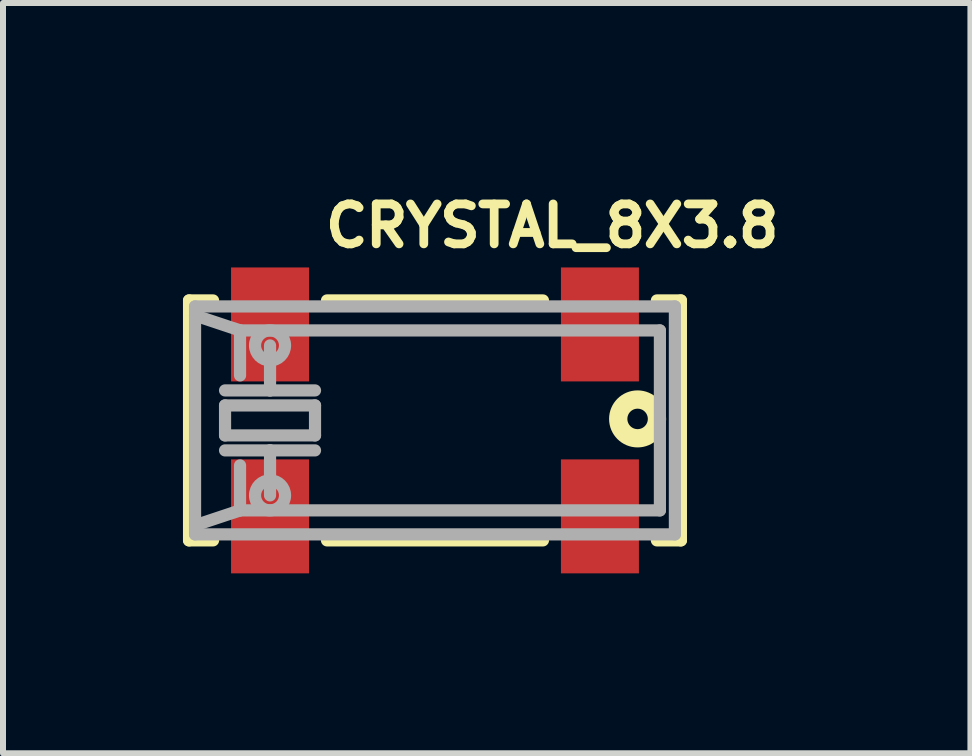
<source format=kicad_pcb>
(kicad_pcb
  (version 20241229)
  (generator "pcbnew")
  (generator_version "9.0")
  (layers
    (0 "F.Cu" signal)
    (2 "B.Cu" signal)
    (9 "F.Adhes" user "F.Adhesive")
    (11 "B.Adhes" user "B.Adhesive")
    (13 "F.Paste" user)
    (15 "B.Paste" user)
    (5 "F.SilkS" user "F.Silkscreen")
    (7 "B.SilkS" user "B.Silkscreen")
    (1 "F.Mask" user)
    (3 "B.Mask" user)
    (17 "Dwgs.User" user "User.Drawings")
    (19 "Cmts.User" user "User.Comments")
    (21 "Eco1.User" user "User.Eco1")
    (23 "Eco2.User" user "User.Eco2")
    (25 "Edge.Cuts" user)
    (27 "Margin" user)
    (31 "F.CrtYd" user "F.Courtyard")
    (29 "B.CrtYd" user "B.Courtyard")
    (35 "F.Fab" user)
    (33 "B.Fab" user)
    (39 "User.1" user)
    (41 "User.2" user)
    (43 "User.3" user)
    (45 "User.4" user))
  (footprint "CRYSTAL_8X3.8"
    (layer "F.Cu")
    (at 4.202 3.959)
    (property "Reference" "CRYSTAL_8X3.8" (at -1.9 -2.854 0) (unlocked yes) (layer "F.SilkS") (effects (font (size 0.666 0.666) (thickness 0.146)) (justify left bottom)))
    (fp_line (start -4.1 -2) (end -4.1 2) (stroke (width 0.203) (type solid)) (layer "F.SilkS"))
    (fp_line (start -4.1 2) (end -3.7 2) (stroke (width 0.203) (type solid)) (layer "F.SilkS"))
    (fp_line (start -3.7 -2) (end -4.1 -2) (stroke (width 0.203) (type solid)) (layer "F.SilkS"))
    (fp_line (start -1.8 -2) (end 1.8 -2) (stroke (width 0.203) (type solid)) (layer "F.SilkS"))
    (fp_line (start -1.8 2) (end 1.8 2) (stroke (width 0.203) (type solid)) (layer "F.SilkS"))
    (fp_line (start 3.7 -2) (end 4.1 -2) (stroke (width 0.203) (type solid)) (layer "F.SilkS"))
    (fp_line (start 4.1 -2) (end 4.1 2) (stroke (width 0.203) (type solid)) (layer "F.SilkS"))
    (fp_line (start 4.1 2) (end 3.7 2) (stroke (width 0.203) (type solid)) (layer "F.SilkS"))
    (fp_circle (center 3.378 -0.025) (end 3.701 -0.025) (stroke (width 0.305) (type solid)) (fill no) (layer "F.SilkS"))
    (fp_line (start -4 -1.9) (end 4 -1.9) (stroke (width 0.203) (type solid)) (layer "F.Fab"))
    (fp_line (start -4 -1.75) (end -4 -1.9) (stroke (width 0.203) (type solid)) (layer "F.Fab"))
    (fp_line (start -4 -1.75) (end -3.25 -1.5) (stroke (width 0.203) (type solid)) (layer "F.Fab"))
    (fp_line (start -4 1.75) (end -4 -1.75) (stroke (width 0.203) (type solid)) (layer "F.Fab"))
    (fp_line (start -4 1.75) (end -3.25 1.5) (stroke (width 0.203) (type solid)) (layer "F.Fab"))
    (fp_line (start -4 1.9) (end -4 1.75) (stroke (width 0.203) (type solid)) (layer "F.Fab"))
    (fp_line (start -3.5 -0.5) (end -2.75 -0.5) (stroke (width 0.203) (type solid)) (layer "F.Fab"))
    (fp_line (start -3.5 -0.25) (end -2 -0.25) (stroke (width 0.203) (type solid)) (layer "F.Fab"))
    (fp_line (start -3.5 0.25) (end -3.5 -0.25) (stroke (width 0.203) (type solid)) (layer "F.Fab"))
    (fp_line (start -3.5 0.5) (end -2.75 0.5) (stroke (width 0.203) (type solid)) (layer "F.Fab"))
    (fp_line (start -3.25 -1.5) (end -3.25 -0.75) (stroke (width 0.203) (type solid)) (layer "F.Fab"))
    (fp_line (start -3.25 -1.5) (end 3.75 -1.5) (stroke (width 0.203) (type solid)) (layer "F.Fab"))
    (fp_line (start -3.25 1.5) (end -3.25 0.75) (stroke (width 0.203) (type solid)) (layer "F.Fab"))
    (fp_line (start -2.75 -0.5) (end -2.75 -1.25) (stroke (width 0.203) (type solid)) (layer "F.Fab"))
    (fp_line (start -2.75 -0.5) (end -2 -0.5) (stroke (width 0.203) (type solid)) (layer "F.Fab"))
    (fp_line (start -2.75 0.5) (end -2.75 1.25) (stroke (width 0.203) (type solid)) (layer "F.Fab"))
    (fp_line (start -2.75 0.5) (end -2 0.5) (stroke (width 0.203) (type solid)) (layer "F.Fab"))
    (fp_line (start -2 -0.25) (end -2 0.25) (stroke (width 0.203) (type solid)) (layer "F.Fab"))
    (fp_line (start -2 0.25) (end -3.5 0.25) (stroke (width 0.203) (type solid)) (layer "F.Fab"))
    (fp_line (start 3.75 -1.5) (end 3.75 1.5) (stroke (width 0.203) (type solid)) (layer "F.Fab"))
    (fp_line (start 3.75 1.5) (end -3.25 1.5) (stroke (width 0.203) (type solid)) (layer "F.Fab"))
    (fp_line (start 4 -1.9) (end 4 1.9) (stroke (width 0.203) (type solid)) (layer "F.Fab"))
    (fp_line (start 4 1.9) (end -4 1.9) (stroke (width 0.203) (type solid)) (layer "F.Fab"))
    (fp_circle (center -2.75 -1.25) (end -2.5 -1.25) (stroke (width 0.203) (type solid)) (fill no) (layer "F.Fab"))
    (fp_circle (center -2.75 1.25) (end -2.5 1.25) (stroke (width 0.203) (type solid)) (fill no) (layer "F.Fab"))
    (pad "P$1" smd rect (at -2.75 1.6) (size 1.3 1.9) (layers "F.Cu" "F.Mask" "F.Paste"))
    (pad "P$2" smd rect (at 2.75 1.6) (size 1.3 1.9) (layers "F.Cu" "F.Mask" "F.Paste"))
    (pad "P$3" smd rect (at 2.75 -1.6) (size 1.3 1.9) (layers "F.Cu" "F.Mask" "F.Paste"))
    (pad "P$4" smd rect (at -2.75 -1.6) (size 1.3 1.9) (layers "F.Cu" "F.Mask" "F.Paste")))
  (gr_rect
    (start -3 -3)
    (end 13.129 9.509)
    (stroke (width 0.1) (type default))
    (fill no)
    (layer "Edge.Cuts")))
</source>
